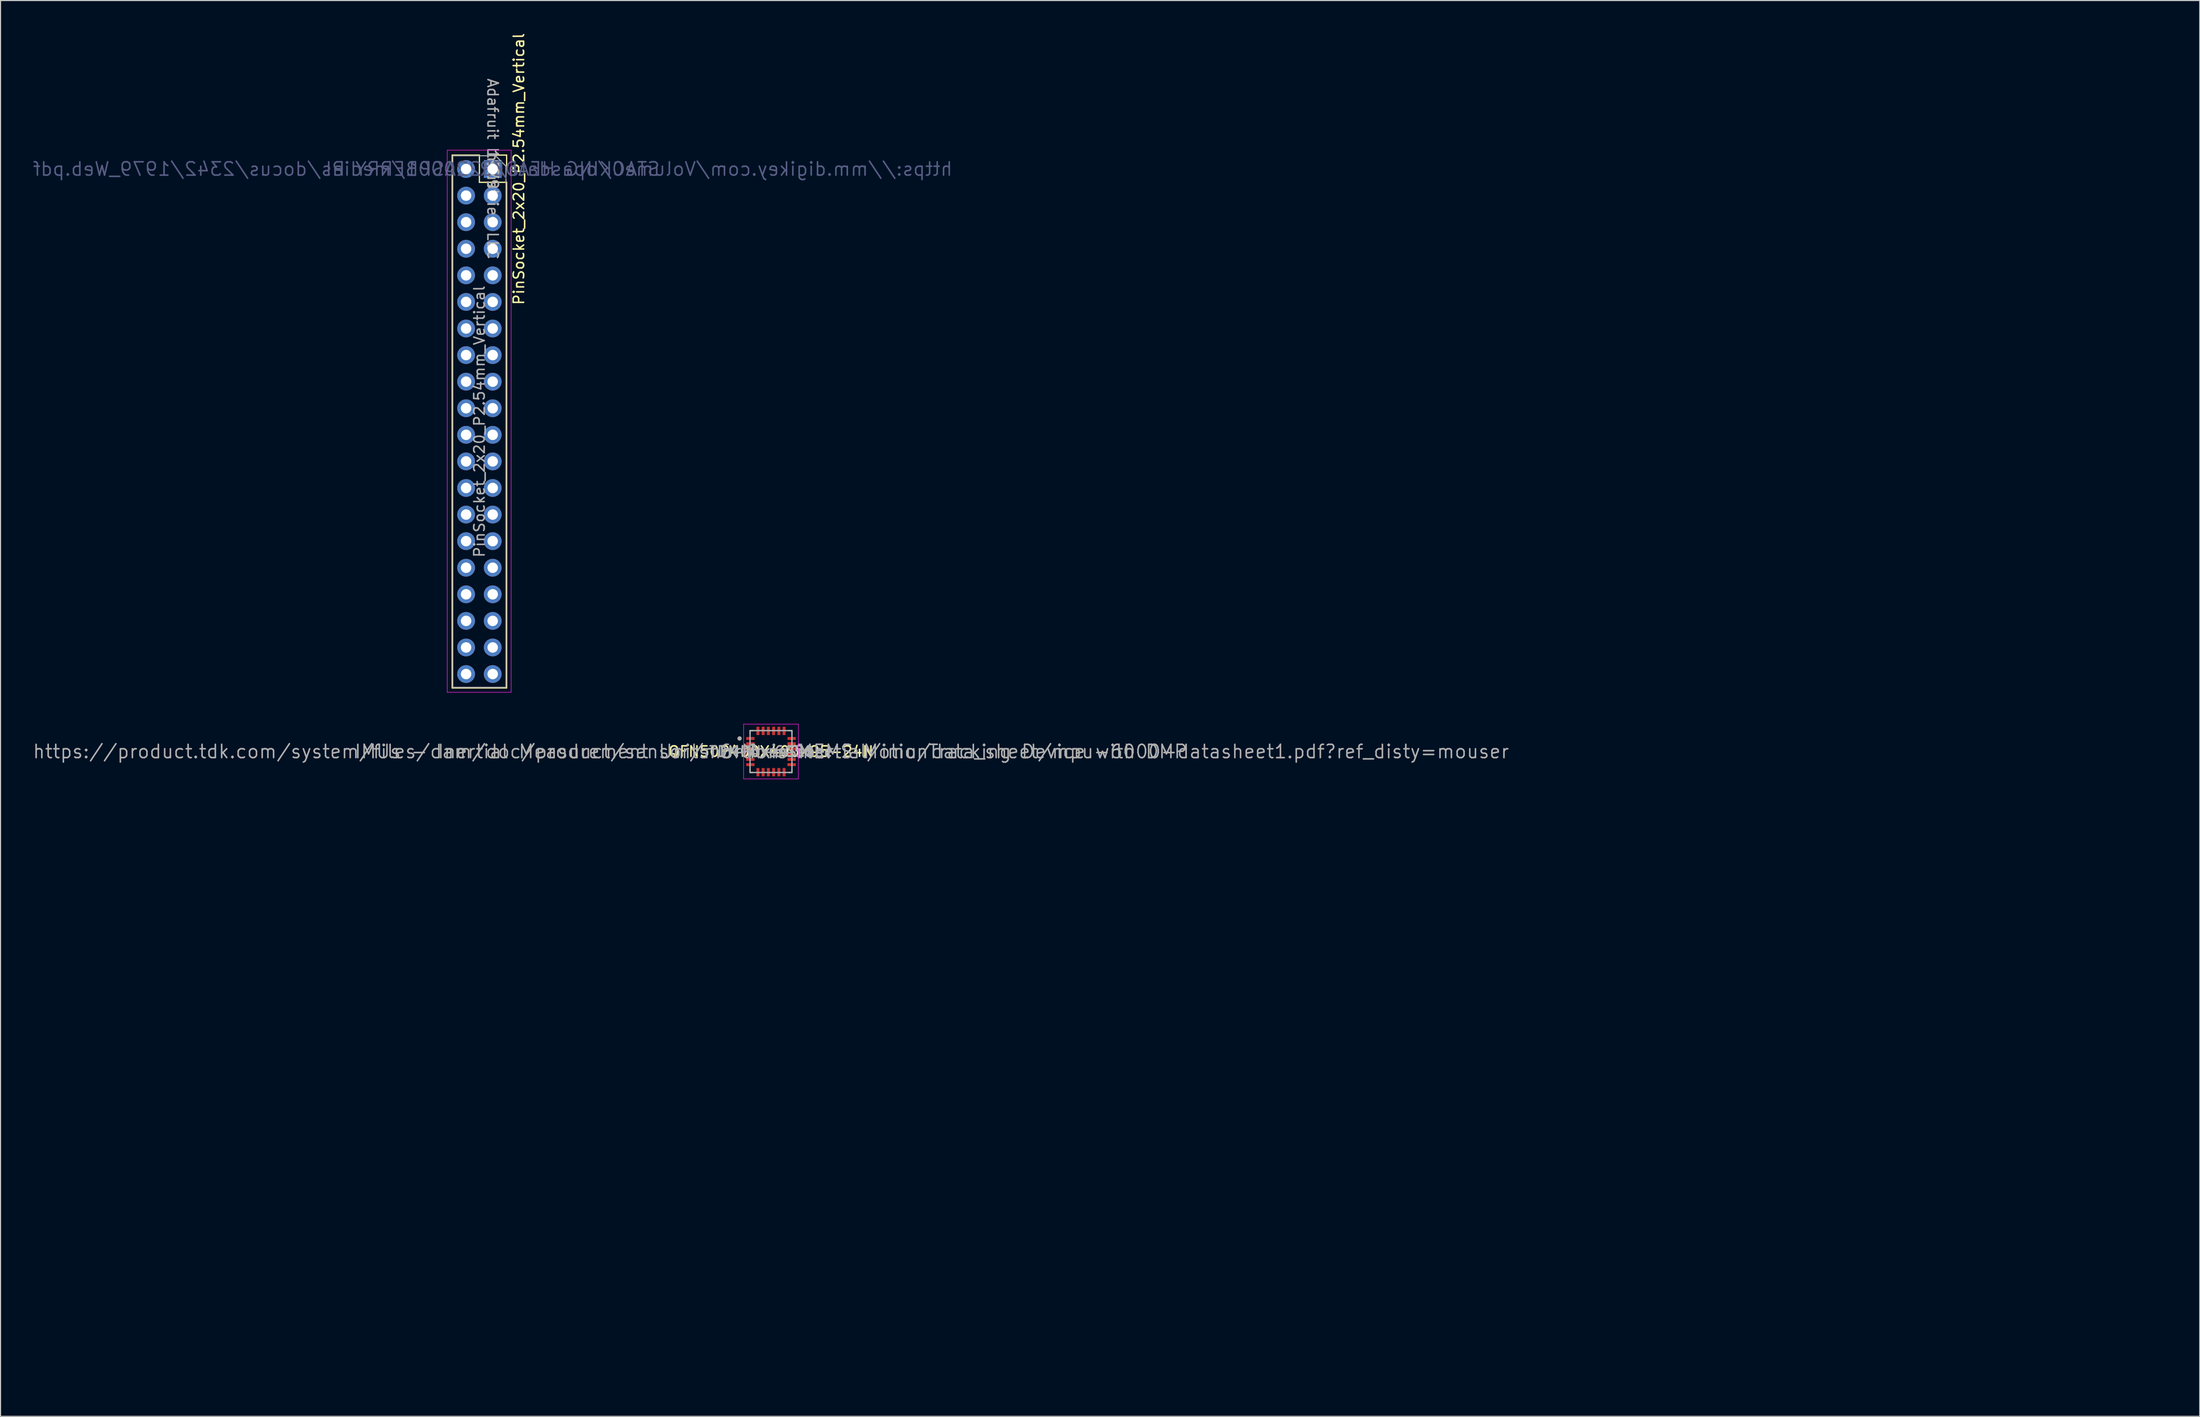
<source format=kicad_pcb>
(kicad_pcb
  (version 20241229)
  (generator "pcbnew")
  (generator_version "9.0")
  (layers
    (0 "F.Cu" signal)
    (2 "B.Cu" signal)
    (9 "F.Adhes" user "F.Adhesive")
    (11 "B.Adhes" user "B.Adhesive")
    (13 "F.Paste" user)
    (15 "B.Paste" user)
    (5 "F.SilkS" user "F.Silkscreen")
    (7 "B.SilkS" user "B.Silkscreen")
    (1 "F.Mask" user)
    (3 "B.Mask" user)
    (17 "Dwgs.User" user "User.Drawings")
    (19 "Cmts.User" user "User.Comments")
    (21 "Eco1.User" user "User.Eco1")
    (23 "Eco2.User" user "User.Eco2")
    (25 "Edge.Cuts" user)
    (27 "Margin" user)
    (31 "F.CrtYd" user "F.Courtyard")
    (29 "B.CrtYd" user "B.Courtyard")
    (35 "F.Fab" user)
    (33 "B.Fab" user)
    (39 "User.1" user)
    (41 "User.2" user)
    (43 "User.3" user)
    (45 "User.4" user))
  (footprint "QFN50P400X400X95-24N"
    (layer "F.Cu")
    (at 70.583 68.766)
    (property "Reference" "QFN50P400X400X95-24N" (at 0 0 0) (layer "F.SilkS") (effects (font (size 1 1) (thickness 0.15))))
    (property "Datasheet" "https://product.tdk.com/system/files/dam/doc/product/sensor/mortion-inertial/imu/data_sheet/mpu-6000-datasheet1.pdf?ref_disty=mouser" (at 0 0 0) (unlocked yes) (layer "F.Fab") (effects (font (size 1.27 1.27) (thickness 0.15))))
    (property "Description" " IMUs - Inertial Measurement Units 6-Axis MEMS MotionTracking Device with DMP " (at 0 0 0) (unlocked yes) (layer "F.Fab") (effects (font (size 1.27 1.27) (thickness 0.15))))
    (property "Manufacturer Part Number/ Generic Part Number[PCB Power]" " MPU-6050 " (at 0 0 0) (unlocked yes) (layer "F.Fab") (effects (font (size 1 1) (thickness 0.15))))
    (property "Manufacturer Name" " TDK InvenSense " (at 0 0 0) (unlocked yes) (layer "F.Fab") (effects (font (size 1 1) (thickness 0.15))))
    (attr smd)
    (fp_line (start -2 -2) (end -2 -1.705) (stroke (width 0.127) (type solid)) (layer "F.SilkS"))
    (fp_line (start -2 -2) (end -1.705 -2) (stroke (width 0.127) (type solid)) (layer "F.SilkS"))
    (fp_line (start -2 2) (end -2 1.705) (stroke (width 0.127) (type solid)) (layer "F.SilkS"))
    (fp_line (start -2 2) (end -1.705 2) (stroke (width 0.127) (type solid)) (layer "F.SilkS"))
    (fp_line (start 2 -2) (end 1.705 -2) (stroke (width 0.127) (type solid)) (layer "F.SilkS"))
    (fp_line (start 2 -2) (end 2 -1.705) (stroke (width 0.127) (type solid)) (layer "F.SilkS"))
    (fp_line (start 2 2) (end 1.705 2) (stroke (width 0.127) (type solid)) (layer "F.SilkS"))
    (fp_line (start 2 2) (end 2 1.705) (stroke (width 0.127) (type solid)) (layer "F.SilkS"))
    (fp_circle (center -3 -1.25) (end -2.9 -1.25) (stroke (width 0.2) (type solid)) (fill no) (layer "F.SilkS"))
    (fp_line (start -2.615 -2.615) (end 2.615 -2.615) (stroke (width 0.05) (type solid)) (layer "F.CrtYd"))
    (fp_line (start -2.615 2.615) (end -2.615 -2.615) (stroke (width 0.05) (type solid)) (layer "F.CrtYd"))
    (fp_line (start 2.615 -2.615) (end 2.615 2.615) (stroke (width 0.05) (type solid)) (layer "F.CrtYd"))
    (fp_line (start 2.615 2.615) (end -2.615 2.615) (stroke (width 0.05) (type solid)) (layer "F.CrtYd"))
    (fp_line (start -2 -2) (end 2 -2) (stroke (width 0.127) (type solid)) (layer "F.Fab"))
    (fp_line (start -2 2) (end -2 -2) (stroke (width 0.127) (type solid)) (layer "F.Fab"))
    (fp_line (start 2 -2) (end 2 2) (stroke (width 0.127) (type solid)) (layer "F.Fab"))
    (fp_line (start 2 2) (end -2 2) (stroke (width 0.127) (type solid)) (layer "F.Fab"))
    (fp_circle (center -3 -1.25) (end -2.9 -1.25) (stroke (width 0.2) (type solid)) (fill no) (layer "F.Fab"))
    (pad "1" smd rect (at -1.97 -1.25) (size 0.79 0.28) (layers "F.Cu" "F.Mask" "F.Paste"))
    (pad "2" smd rect (at -1.97 -0.75) (size 0.79 0.28) (layers "F.Cu" "F.Mask" "F.Paste"))
    (pad "3" smd rect (at -1.97 -0.25) (size 0.79 0.28) (layers "F.Cu" "F.Mask" "F.Paste"))
    (pad "4" smd rect (at -1.97 0.25) (size 0.79 0.28) (layers "F.Cu" "F.Mask" "F.Paste"))
    (pad "5" smd rect (at -1.97 0.75) (size 0.79 0.28) (layers "F.Cu" "F.Mask" "F.Paste"))
    (pad "6" smd rect (at -1.97 1.25) (size 0.79 0.28) (layers "F.Cu" "F.Mask" "F.Paste"))
    (pad "7" smd rect (at -1.25 1.97) (size 0.28 0.79) (layers "F.Cu" "F.Mask" "F.Paste"))
    (pad "8" smd rect (at -0.75 1.97) (size 0.28 0.79) (layers "F.Cu" "F.Mask" "F.Paste"))
    (pad "9" smd rect (at -0.25 1.97) (size 0.28 0.79) (layers "F.Cu" "F.Mask" "F.Paste"))
    (pad "10" smd rect (at 0.25 1.97) (size 0.28 0.79) (layers "F.Cu" "F.Mask" "F.Paste"))
    (pad "11" smd rect (at 0.75 1.97) (size 0.28 0.79) (layers "F.Cu" "F.Mask" "F.Paste"))
    (pad "12" smd rect (at 1.25 1.97) (size 0.28 0.79) (layers "F.Cu" "F.Mask" "F.Paste"))
    (pad "13" smd rect (at 1.97 1.25) (size 0.79 0.28) (layers "F.Cu" "F.Mask" "F.Paste"))
    (pad "14" smd rect (at 1.97 0.75) (size 0.79 0.28) (layers "F.Cu" "F.Mask" "F.Paste"))
    (pad "15" smd rect (at 1.97 0.25) (size 0.79 0.28) (layers "F.Cu" "F.Mask" "F.Paste"))
    (pad "16" smd rect (at 1.97 -0.25) (size 0.79 0.28) (layers "F.Cu" "F.Mask" "F.Paste"))
    (pad "17" smd rect (at 1.97 -0.75) (size 0.79 0.28) (layers "F.Cu" "F.Mask" "F.Paste"))
    (pad "18" smd rect (at 1.97 -1.25) (size 0.79 0.28) (layers "F.Cu" "F.Mask" "F.Paste"))
    (pad "19" smd rect (at 1.25 -1.97) (size 0.28 0.79) (layers "F.Cu" "F.Mask" "F.Paste"))
    (pad "20" smd rect (at 0.75 -1.97) (size 0.28 0.79) (layers "F.Cu" "F.Mask" "F.Paste"))
    (pad "21" smd rect (at 0.25 -1.97) (size 0.28 0.79) (layers "F.Cu" "F.Mask" "F.Paste"))
    (pad "22" smd rect (at -0.25 -1.97) (size 0.28 0.79) (layers "F.Cu" "F.Mask" "F.Paste"))
    (pad "23" smd rect (at -0.75 -1.97) (size 0.28 0.79) (layers "F.Cu" "F.Mask" "F.Paste"))
    (pad "24" smd rect (at -1.25 -1.97) (size 0.28 0.79) (layers "F.Cu" "F.Mask" "F.Paste"))
    (zone (net_name "") (layer "F.Cu") (hatch full 0.508) (connect_pads) (min_thickness 0.01) (filled_areas_thickness no) (keepout (tracks not_allowed) (vias not_allowed) (pads not_allowed) (copperpour not_allowed) (footprints allowed)) (placement (enabled no)) (fill) (polygon (pts (xy 201.333 126.691) (xy 204.033 126.691) (xy 204.033 129.291) (xy 201.333 129.291))))
    (zone (net_name "") (layers "F.Cu" "B.Cu") (hatch full 0.508) (connect_pads) (min_thickness 0.01) (filled_areas_thickness no) (keepout (tracks allowed) (vias not_allowed) (pads allowed) (copperpour allowed) (footprints allowed)) (placement (enabled no)) (fill) (polygon (pts (xy 201.333 126.691) (xy 204.033 126.691) (xy 204.033 129.291) (xy 201.333 129.291)))))
  (footprint "PinSocket_2x20_P2.54mm_Vertical"
    (layer "F.Cu")
    (at 44.004 13.101)
    (property "Reference" "PinSocket_2x20_P2.54mm_Vertical" (at 2.5 0 270) (layer "F.SilkS") (effects (font (size 1 1) (thickness 0.15))))
    (property "Datasheet" "https://mm.digikey.com/Volume0/opasdata/d220001/medias/docus/2342/1979_Web.pdf" (at 0 0 0) (unlocked yes) (layer "B.Fab") (effects (font (size 1.27 1.27) (thickness 0.15)) (justify mirror)))
    (property "Description" "STACKING HEADER RASPBERRY PI" (at 0 0 0) (unlocked yes) (layer "B.Fab") (effects (font (size 1.27 1.27) (thickness 0.15)) (justify mirror)))
    (property "Manufacturer Part Number/ Generic Part Number[PCB Power]" "1979" (at 0 0 270) (unlocked yes) (layer "F.Fab") (effects (font (size 1 1) (thickness 0.15))))
    (property "Manufacturer Name" "Adafruit Industries LLC" (at 0 0 270) (unlocked yes) (layer "F.Fab") (effects (font (size 1 1) (thickness 0.15))))
    (attr through_hole)
    (fp_line (start -3.87 49.59) (end -3.87 -1.33) (stroke (width 0.12) (type solid)) (layer "F.SilkS"))
    (fp_line (start -1.27 -1.33) (end -3.87 -1.33) (stroke (width 0.12) (type solid)) (layer "F.SilkS"))
    (fp_line (start -1.27 1.27) (end -1.27 -1.33) (stroke (width 0.12) (type solid)) (layer "F.SilkS"))
    (fp_line (start 1.33 -1.33) (end 0 -1.33) (stroke (width 0.12) (type solid)) (layer "F.SilkS"))
    (fp_line (start 1.33 0) (end 1.33 -1.33) (stroke (width 0.12) (type solid)) (layer "F.SilkS"))
    (fp_line (start 1.33 1.27) (end -1.27 1.27) (stroke (width 0.12) (type solid)) (layer "F.SilkS"))
    (fp_line (start 1.33 49.59) (end -3.87 49.59) (stroke (width 0.12) (type solid)) (layer "F.SilkS"))
    (fp_line (start 1.33 49.59) (end 1.33 1.27) (stroke (width 0.12) (type solid)) (layer "F.SilkS"))
    (fp_line (start -4.34 -1.8) (end -4.34 50) (stroke (width 0.05) (type solid)) (layer "F.CrtYd"))
    (fp_line (start -4.34 50) (end 1.76 50) (stroke (width 0.05) (type solid)) (layer "F.CrtYd"))
    (fp_line (start 1.76 -1.8) (end -4.34 -1.8) (stroke (width 0.05) (type solid)) (layer "F.CrtYd"))
    (fp_line (start 1.76 50) (end 1.76 -1.8) (stroke (width 0.05) (type solid)) (layer "F.CrtYd"))
    (fp_line (start -3.81 -1.27) (end -3.81 49.53) (stroke (width 0.1) (type solid)) (layer "F.Fab"))
    (fp_line (start -3.81 49.53) (end 1.27 49.53) (stroke (width 0.1) (type solid)) (layer "F.Fab"))
    (fp_line (start 0.27 -1.27) (end -3.81 -1.27) (stroke (width 0.1) (type solid)) (layer "F.Fab"))
    (fp_line (start 1.27 -0.27) (end 0.27 -1.27) (stroke (width 0.1) (type solid)) (layer "F.Fab"))
    (fp_line (start 1.27 49.53) (end 1.27 -0.27) (stroke (width 0.1) (type solid)) (layer "F.Fab"))
    (fp_text user "${REFERENCE}" (at -1.27 24.13 270) (layer "F.Fab") (effects (font (size 1 1) (thickness 0.15))))
    (pad "1" thru_hole rect (at 0 0 180) (size 1.7 1.7) (drill 1) (layers "*.Cu" "*.Mask"))
    (pad "2" thru_hole oval (at -2.54 0 180) (size 1.7 1.7) (drill 1) (layers "*.Cu" "*.Mask"))
    (pad "3" thru_hole oval (at 0 2.54 180) (size 1.7 1.7) (drill 1) (layers "*.Cu" "*.Mask"))
    (pad "4" thru_hole oval (at -2.54 2.54 180) (size 1.7 1.7) (drill 1) (layers "*.Cu" "*.Mask"))
    (pad "5" thru_hole oval (at 0 5.08 180) (size 1.7 1.7) (drill 1) (layers "*.Cu" "*.Mask"))
    (pad "6" thru_hole oval (at -2.54 5.08 180) (size 1.7 1.7) (drill 1) (layers "*.Cu" "*.Mask"))
    (pad "7" thru_hole oval (at 0 7.62 180) (size 1.7 1.7) (drill 1) (layers "*.Cu" "*.Mask"))
    (pad "8" thru_hole oval (at -2.54 7.62 180) (size 1.7 1.7) (drill 1) (layers "*.Cu" "*.Mask"))
    (pad "9" thru_hole oval (at 0 10.16 180) (size 1.7 1.7) (drill 1) (layers "*.Cu" "*.Mask"))
    (pad "10" thru_hole oval (at -2.54 10.16 180) (size 1.7 1.7) (drill 1) (layers "*.Cu" "*.Mask"))
    (pad "11" thru_hole oval (at 0 12.7 180) (size 1.7 1.7) (drill 1) (layers "*.Cu" "*.Mask"))
    (pad "12" thru_hole oval (at -2.54 12.7 180) (size 1.7 1.7) (drill 1) (layers "*.Cu" "*.Mask"))
    (pad "13" thru_hole oval (at 0 15.24 180) (size 1.7 1.7) (drill 1) (layers "*.Cu" "*.Mask"))
    (pad "14" thru_hole oval (at -2.54 15.24 180) (size 1.7 1.7) (drill 1) (layers "*.Cu" "*.Mask"))
    (pad "15" thru_hole oval (at 0 17.78 180) (size 1.7 1.7) (drill 1) (layers "*.Cu" "*.Mask"))
    (pad "16" thru_hole oval (at -2.54 17.78 180) (size 1.7 1.7) (drill 1) (layers "*.Cu" "*.Mask"))
    (pad "17" thru_hole oval (at 0 20.32 180) (size 1.7 1.7) (drill 1) (layers "*.Cu" "*.Mask"))
    (pad "18" thru_hole oval (at -2.54 20.32 180) (size 1.7 1.7) (drill 1) (layers "*.Cu" "*.Mask"))
    (pad "19" thru_hole oval (at 0 22.86 180) (size 1.7 1.7) (drill 1) (layers "*.Cu" "*.Mask"))
    (pad "20" thru_hole oval (at -2.54 22.86 180) (size 1.7 1.7) (drill 1) (layers "*.Cu" "*.Mask"))
    (pad "21" thru_hole oval (at 0 25.4 180) (size 1.7 1.7) (drill 1) (layers "*.Cu" "*.Mask"))
    (pad "22" thru_hole oval (at -2.54 25.4 180) (size 1.7 1.7) (drill 1) (layers "*.Cu" "*.Mask"))
    (pad "23" thru_hole oval (at 0 27.94 180) (size 1.7 1.7) (drill 1) (layers "*.Cu" "*.Mask"))
    (pad "24" thru_hole oval (at -2.54 27.94 180) (size 1.7 1.7) (drill 1) (layers "*.Cu" "*.Mask"))
    (pad "25" thru_hole oval (at 0 30.48 180) (size 1.7 1.7) (drill 1) (layers "*.Cu" "*.Mask"))
    (pad "26" thru_hole oval (at -2.54 30.48 180) (size 1.7 1.7) (drill 1) (layers "*.Cu" "*.Mask"))
    (pad "27" thru_hole oval (at 0 33.02 180) (size 1.7 1.7) (drill 1) (layers "*.Cu" "*.Mask"))
    (pad "28" thru_hole oval (at -2.54 33.02 180) (size 1.7 1.7) (drill 1) (layers "*.Cu" "*.Mask"))
    (pad "29" thru_hole oval (at 0 35.56 180) (size 1.7 1.7) (drill 1) (layers "*.Cu" "*.Mask"))
    (pad "30" thru_hole oval (at -2.54 35.56 180) (size 1.7 1.7) (drill 1) (layers "*.Cu" "*.Mask"))
    (pad "31" thru_hole oval (at 0 38.1 180) (size 1.7 1.7) (drill 1) (layers "*.Cu" "*.Mask"))
    (pad "32" thru_hole oval (at -2.54 38.1 180) (size 1.7 1.7) (drill 1) (layers "*.Cu" "*.Mask"))
    (pad "33" thru_hole oval (at 0 40.64 180) (size 1.7 1.7) (drill 1) (layers "*.Cu" "*.Mask"))
    (pad "34" thru_hole oval (at -2.54 40.64 180) (size 1.7 1.7) (drill 1) (layers "*.Cu" "*.Mask"))
    (pad "35" thru_hole oval (at 0 43.18 180) (size 1.7 1.7) (drill 1) (layers "*.Cu" "*.Mask"))
    (pad "36" thru_hole oval (at -2.54 43.18 180) (size 1.7 1.7) (drill 1) (layers "*.Cu" "*.Mask"))
    (pad "37" thru_hole oval (at 0 45.72 180) (size 1.7 1.7) (drill 1) (layers "*.Cu" "*.Mask"))
    (pad "38" thru_hole oval (at -2.54 45.72 180) (size 1.7 1.7) (drill 1) (layers "*.Cu" "*.Mask"))
    (pad "39" thru_hole oval (at 0 48.26 180) (size 1.7 1.7) (drill 1) (layers "*.Cu" "*.Mask"))
    (pad "40" thru_hole oval (at -2.54 48.26 180) (size 1.7 1.7) (drill 1) (layers "*.Cu" "*.Mask")))
  (gr_rect
    (start -3 -3)
    (end 207.033 132.291)
    (stroke (width 0.1) (type default))
    (fill no)
    (layer "Edge.Cuts")))
</source>
